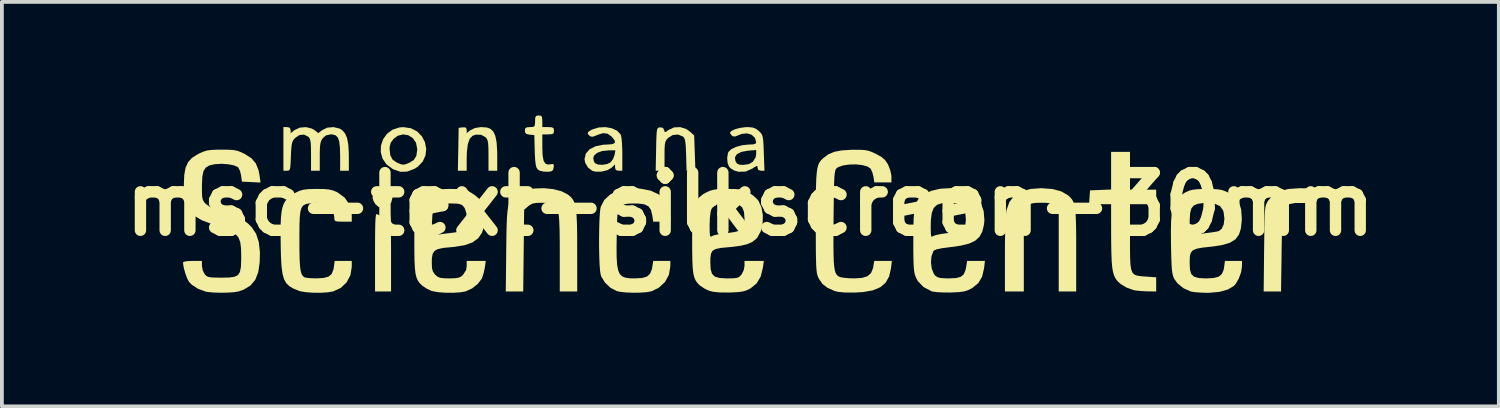
<source format=kicad_pcb>
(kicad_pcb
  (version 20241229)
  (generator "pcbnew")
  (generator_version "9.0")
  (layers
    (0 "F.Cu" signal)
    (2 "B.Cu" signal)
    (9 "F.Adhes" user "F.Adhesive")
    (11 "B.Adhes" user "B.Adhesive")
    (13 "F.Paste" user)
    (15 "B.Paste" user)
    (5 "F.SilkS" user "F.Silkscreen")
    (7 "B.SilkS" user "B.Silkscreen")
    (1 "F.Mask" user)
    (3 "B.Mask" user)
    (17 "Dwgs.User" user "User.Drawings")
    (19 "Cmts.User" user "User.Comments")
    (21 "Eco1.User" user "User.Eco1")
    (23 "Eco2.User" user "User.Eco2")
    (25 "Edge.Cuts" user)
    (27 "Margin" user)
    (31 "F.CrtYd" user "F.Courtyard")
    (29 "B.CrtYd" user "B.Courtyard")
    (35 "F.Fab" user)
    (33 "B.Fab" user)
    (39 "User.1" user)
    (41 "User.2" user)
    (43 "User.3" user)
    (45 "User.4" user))
  (footprint "msc-text-silkscreen-30mm"
    (layer "F.Cu")
    (at 16.771 2.344)
    (property "Reference" "msc-text-silkscreen-30mm" (at 0 0 0) (layer "F.SilkS") (effects (font (size 1.524 1.524) (thickness 0.3))))
    (attr board_only exclude_from_pos_files exclude_from_bom)
    (fp_poly (pts (xy -9.591 -0.398) (xy -9.502 -0.327) (xy -9.456 -0.213) (xy -9.453 -0.173) (xy -9.486 -0.045) (xy -9.57 0.048) (xy -9.686 0.092) (xy -9.813 0.075) (xy -9.825 0.069) (xy -9.9 0.005) (xy -9.955 -0.084) (xy -9.981 -0.174) (xy -9.962 -0.246) (xy -9.926 -0.3) (xy -9.822 -0.39) (xy -9.704 -0.421)) (stroke (width 0) (type solid)) (fill yes) (layer "F.SilkS"))
    (fp_poly (pts (xy -9.868 0.261) (xy -9.789 0.297) (xy -9.678 0.305) (xy -9.576 0.285) (xy -9.537 0.261) (xy -9.523 0.263) (xy -9.512 0.305) (xy -9.504 0.393) (xy -9.498 0.534) (xy -9.494 0.734) (xy -9.492 0.999) (xy -9.491 1.26) (xy -9.491 2.306) (xy -9.914 2.306) (xy -9.914 1.26) (xy -9.913 0.939) (xy -9.911 0.688) (xy -9.907 0.5) (xy -9.9 0.371) (xy -9.891 0.293) (xy -9.879 0.26)) (stroke (width 0) (type solid)) (fill yes) (layer "F.SilkS"))
    (fp_poly (pts (xy -6.962 -2.026) (xy -6.873 -1.995) (xy -6.793 -1.924) (xy -6.737 -1.806) (xy -6.702 -1.631) (xy -6.687 -1.392) (xy -6.686 -1.289) (xy -6.686 -0.884) (xy -6.917 -0.884) (xy -6.917 -1.287) (xy -6.919 -1.473) (xy -6.925 -1.599) (xy -6.94 -1.68) (xy -6.965 -1.734) (xy -6.994 -1.768) (xy -7.108 -1.832) (xy -7.245 -1.838) (xy -7.338 -1.807) (xy -7.412 -1.73) (xy -7.462 -1.59) (xy -7.488 -1.383) (xy -7.493 -1.205) (xy -7.493 -0.884) (xy -7.726 -0.884) (xy -7.715 -1.451) (xy -7.705 -2.017) (xy -7.599 -2.03) (xy -7.521 -2.027) (xy -7.495 -1.986) (xy -7.493 -1.96) (xy -7.493 -1.877) (xy -7.392 -1.957) (xy -7.272 -2.013) (xy -7.116 -2.037)) (stroke (width 0) (type solid)) (fill yes) (layer "F.SilkS"))
    (fp_poly (pts (xy -1.692 -1.985) (xy -1.607 -1.927) (xy -1.484 -1.816) (xy -1.467 -1.35) (xy -1.451 -0.884) (xy -1.684 -0.884) (xy -1.697 -1.31) (xy -1.704 -1.501) (xy -1.715 -1.63) (xy -1.731 -1.712) (xy -1.755 -1.762) (xy -1.785 -1.79) (xy -1.914 -1.841) (xy -2.052 -1.826) (xy -2.173 -1.75) (xy -2.216 -1.701) (xy -2.244 -1.647) (xy -2.259 -1.571) (xy -2.266 -1.453) (xy -2.267 -1.277) (xy -2.267 -1.27) (xy -2.267 -0.884) (xy -2.5 -0.884) (xy -2.489 -1.451) (xy -2.485 -1.67) (xy -2.479 -1.824) (xy -2.471 -1.925) (xy -2.459 -1.984) (xy -2.439 -2.014) (xy -2.41 -2.027) (xy -2.389 -2.03) (xy -2.311 -2.018) (xy -2.279 -1.963) (xy -2.262 -1.911) (xy -2.233 -1.908) (xy -2.171 -1.953) (xy -2.162 -1.96) (xy -2.018 -2.028) (xy -1.853 -2.036)) (stroke (width 0) (type solid)) (fill yes) (layer "F.SilkS"))
    (fp_poly (pts (xy 10.029 -0.384) (xy 10.721 -0.384) (xy 10.721 0) (xy 10.029 0) (xy 10.029 0.878) (xy 10.029 1.181) (xy 10.032 1.417) (xy 10.041 1.593) (xy 10.06 1.719) (xy 10.092 1.804) (xy 10.142 1.857) (xy 10.212 1.886) (xy 10.306 1.901) (xy 10.429 1.911) (xy 10.451 1.912) (xy 10.721 1.932) (xy 10.721 2.306) (xy 10.481 2.302) (xy 10.331 2.295) (xy 10.196 2.282) (xy 10.125 2.27) (xy 9.944 2.205) (xy 9.784 2.11) (xy 9.709 2.043) (xy 9.654 1.974) (xy 9.612 1.893) (xy 9.581 1.792) (xy 9.558 1.659) (xy 9.544 1.484) (xy 9.536 1.257) (xy 9.532 0.968) (xy 9.531 0.836) (xy 9.53 0) (xy 8.949 0) (xy 8.961 -0.183) (xy 8.973 -0.365) (xy 9.53 -0.388) (xy 9.53 -1.383) (xy 10.029 -1.383)) (stroke (width 0) (type solid)) (fill yes) (layer "F.SilkS"))
    (fp_poly (pts (xy 7.977 -0.401) (xy 8.214 -0.338) (xy 8.392 -0.235) (xy 8.41 -0.22) (xy 8.464 -0.165) (xy 8.508 -0.109) (xy 8.542 -0.04) (xy 8.567 0.05) (xy 8.585 0.169) (xy 8.596 0.327) (xy 8.603 0.533) (xy 8.607 0.796) (xy 8.608 1.124) (xy 8.608 1.209) (xy 8.608 2.306) (xy 8.146 2.306) (xy 8.146 0.15) (xy 8.052 0.056) (xy 7.992 0.005) (xy 7.922 -0.023) (xy 7.82 -0.036) (xy 7.685 -0.038) (xy 7.535 -0.035) (xy 7.439 -0.021) (xy 7.371 0.01) (xy 7.319 0.056) (xy 7.224 0.15) (xy 7.224 2.306) (xy 6.725 2.306) (xy 6.725 1.328) (xy 6.726 1.025) (xy 6.731 0.749) (xy 6.739 0.51) (xy 6.749 0.319) (xy 6.761 0.189) (xy 6.767 0.153) (xy 6.844 -0.06) (xy 6.973 -0.223) (xy 7.158 -0.336) (xy 7.4 -0.402) (xy 7.687 -0.423)) (stroke (width 0) (type solid)) (fill yes) (layer "F.SilkS"))
    (fp_poly (pts (xy 14.718 -0.42) (xy 14.863 -0.411) (xy 14.953 -0.392) (xy 14.999 -0.359) (xy 15.012 -0.309) (xy 15.005 -0.254) (xy 14.98 -0.136) (xy 14.954 -0.065) (xy 14.907 -0.03) (xy 14.824 -0.021) (xy 14.685 -0.028) (xy 14.641 -0.031) (xy 14.395 -0.031) (xy 14.218 0.001) (xy 14.108 0.066) (xy 14.078 0.109) (xy 14.07 0.163) (xy 14.062 0.283) (xy 14.053 0.459) (xy 14.046 0.681) (xy 14.039 0.936) (xy 14.034 1.216) (xy 14.034 1.239) (xy 14.019 2.306) (xy 13.56 2.306) (xy 13.572 1.182) (xy 13.576 0.858) (xy 13.579 0.602) (xy 13.584 0.405) (xy 13.589 0.256) (xy 13.598 0.147) (xy 13.609 0.068) (xy 13.624 0.01) (xy 13.644 -0.036) (xy 13.669 -0.08) (xy 13.676 -0.091) (xy 13.805 -0.239) (xy 13.981 -0.342) (xy 14.211 -0.402) (xy 14.502 -0.422) (xy 14.506 -0.422)) (stroke (width 0) (type solid)) (fill yes) (layer "F.SilkS"))
    (fp_poly (pts (xy -8.963 -2.005) (xy -8.799 -1.919) (xy -8.675 -1.791) (xy -8.595 -1.636) (xy -8.562 -1.465) (xy -8.58 -1.292) (xy -8.652 -1.13) (xy -8.782 -0.992) (xy -8.878 -0.932) (xy -9.068 -0.861) (xy -9.243 -0.856) (xy -9.426 -0.919) (xy -9.452 -0.933) (xy -9.615 -1.055) (xy -9.717 -1.207) (xy -9.763 -1.377) (xy -9.76 -1.461) (xy -9.53 -1.461) (xy -9.511 -1.293) (xy -9.45 -1.177) (xy -9.337 -1.099) (xy -9.325 -1.094) (xy -9.226 -1.053) (xy -9.157 -1.044) (xy -9.081 -1.064) (xy -9.013 -1.092) (xy -8.891 -1.166) (xy -8.824 -1.274) (xy -8.8 -1.432) (xy -8.8 -1.461) (xy -8.831 -1.622) (xy -8.914 -1.744) (xy -9.033 -1.821) (xy -9.171 -1.844) (xy -9.314 -1.808) (xy -9.417 -1.732) (xy -9.498 -1.628) (xy -9.528 -1.511) (xy -9.53 -1.461) (xy -9.76 -1.461) (xy -9.757 -1.551) (xy -9.7 -1.717) (xy -9.598 -1.86) (xy -9.453 -1.968) (xy -9.268 -2.028) (xy -9.165 -2.036)) (stroke (width 0) (type solid)) (fill yes) (layer "F.SilkS"))
    (fp_poly (pts (xy -5.206 -0.398) (xy -4.987 -0.341) (xy -4.83 -0.261) (xy -4.761 -0.207) (xy -4.705 -0.148) (xy -4.662 -0.076) (xy -4.629 0.018) (xy -4.606 0.143) (xy -4.59 0.307) (xy -4.58 0.52) (xy -4.575 0.79) (xy -4.574 1.126) (xy -4.574 1.22) (xy -4.573 2.306) (xy -5.034 2.306) (xy -5.034 1.293) (xy -5.035 0.949) (xy -5.039 0.674) (xy -5.047 0.459) (xy -5.06 0.297) (xy -5.078 0.178) (xy -5.103 0.096) (xy -5.136 0.041) (xy -5.178 0.005) (xy -5.189 -0.001) (xy -5.263 -0.021) (xy -5.386 -0.034) (xy -5.51 -0.038) (xy -5.659 -0.033) (xy -5.758 -0.014) (xy -5.835 0.028) (xy -5.868 0.054) (xy -5.975 0.147) (xy -6 2.306) (xy -6.46 2.306) (xy -6.448 1.201) (xy -6.444 0.848) (xy -6.438 0.563) (xy -6.428 0.337) (xy -6.413 0.163) (xy -6.39 0.03) (xy -6.358 -0.069) (xy -6.315 -0.144) (xy -6.258 -0.203) (xy -6.187 -0.255) (xy -6.118 -0.297) (xy -5.93 -0.373) (xy -5.7 -0.415) (xy -5.451 -0.423)) (stroke (width 0) (type solid)) (fill yes) (layer "F.SilkS"))
    (fp_poly (pts (xy -5.529 -2.336) (xy -5.502 -2.296) (xy -5.495 -2.204) (xy -5.495 -2.19) (xy -5.495 -2.037) (xy -5.341 -2.037) (xy -5.242 -2.031) (xy -5.198 -2.007) (xy -5.188 -1.949) (xy -5.188 -1.941) (xy -5.196 -1.879) (xy -5.236 -1.851) (xy -5.328 -1.845) (xy -5.341 -1.844) (xy -5.495 -1.844) (xy -5.495 -1.501) (xy -5.488 -1.294) (xy -5.463 -1.154) (xy -5.417 -1.074) (xy -5.347 -1.047) (xy -5.275 -1.055) (xy -5.21 -1.063) (xy -5.191 -1.027) (xy -5.195 -0.972) (xy -5.214 -0.898) (xy -5.266 -0.866) (xy -5.341 -0.857) (xy -5.46 -0.861) (xy -5.559 -0.883) (xy -5.561 -0.884) (xy -5.611 -0.913) (xy -5.646 -0.961) (xy -5.669 -1.042) (xy -5.684 -1.167) (xy -5.694 -1.351) (xy -5.697 -1.46) (xy -5.706 -1.825) (xy -5.831 -1.837) (xy -5.919 -1.856) (xy -5.953 -1.901) (xy -5.956 -1.943) (xy -5.946 -2.006) (xy -5.899 -2.032) (xy -5.822 -2.037) (xy -5.736 -2.041) (xy -5.697 -2.07) (xy -5.687 -2.145) (xy -5.687 -2.19) (xy -5.682 -2.289) (xy -5.657 -2.333) (xy -5.599 -2.344) (xy -5.591 -2.344)) (stroke (width 0) (type solid)) (fill yes) (layer "F.SilkS"))
    (fp_poly (pts (xy -12.164 -2.019) (xy -12.143 -1.957) (xy -12.143 -1.877) (xy -12.042 -1.957) (xy -11.903 -2.022) (xy -11.74 -2.036) (xy -11.584 -1.998) (xy -11.514 -1.957) (xy -11.413 -1.877) (xy -11.311 -1.957) (xy -11.174 -2.022) (xy -11.011 -2.036) (xy -10.856 -2) (xy -10.785 -1.958) (xy -10.708 -1.872) (xy -10.654 -1.75) (xy -10.621 -1.58) (xy -10.607 -1.35) (xy -10.606 -1.239) (xy -10.606 -0.884) (xy -10.836 -0.884) (xy -10.836 -1.279) (xy -10.842 -1.503) (xy -10.861 -1.661) (xy -10.898 -1.763) (xy -10.958 -1.821) (xy -11.045 -1.843) (xy -11.085 -1.844) (xy -11.209 -1.819) (xy -11.295 -1.743) (xy -11.332 -1.685) (xy -11.356 -1.614) (xy -11.369 -1.511) (xy -11.374 -1.359) (xy -11.374 -1.263) (xy -11.374 -0.884) (xy -11.605 -0.884) (xy -11.605 -1.301) (xy -11.607 -1.491) (xy -11.613 -1.62) (xy -11.628 -1.702) (xy -11.651 -1.754) (xy -11.675 -1.781) (xy -11.789 -1.838) (xy -11.913 -1.826) (xy -12.03 -1.746) (xy -12.03 -1.745) (xy -12.074 -1.691) (xy -12.103 -1.629) (xy -12.12 -1.541) (xy -12.131 -1.407) (xy -12.137 -1.265) (xy -12.144 -1.091) (xy -12.152 -0.981) (xy -12.166 -0.919) (xy -12.189 -0.891) (xy -12.226 -0.884) (xy -12.242 -0.884) (xy -12.335 -0.884) (xy -12.335 -2.037) (xy -12.239 -2.037)) (stroke (width 0) (type solid)) (fill yes) (layer "F.SilkS"))
    (fp_poly (pts (xy -3.659 -2.006) (xy -3.52 -1.941) (xy -3.43 -1.846) (xy -3.418 -1.821) (xy -3.403 -1.743) (xy -3.391 -1.61) (xy -3.383 -1.44) (xy -3.382 -1.304) (xy -3.382 -0.884) (xy -3.478 -0.884) (xy -3.552 -0.901) (xy -3.574 -0.963) (xy -3.574 -0.967) (xy -3.574 -1.051) (xy -3.667 -0.963) (xy -3.783 -0.896) (xy -3.935 -0.86) (xy -4.089 -0.859) (xy -4.175 -0.881) (xy -4.286 -0.965) (xy -4.361 -1.09) (xy -4.381 -1.191) (xy -4.374 -1.217) (xy -4.15 -1.217) (xy -4.131 -1.127) (xy -4.104 -1.084) (xy -4.022 -1.047) (xy -3.903 -1.04) (xy -3.781 -1.061) (xy -3.693 -1.105) (xy -3.628 -1.191) (xy -3.588 -1.297) (xy -3.564 -1.422) (xy -3.744 -1.422) (xy -3.916 -1.404) (xy -4.049 -1.355) (xy -4.131 -1.281) (xy -4.15 -1.217) (xy -4.374 -1.217) (xy -4.346 -1.336) (xy -4.246 -1.451) (xy -4.088 -1.531) (xy -3.882 -1.572) (xy -3.786 -1.575) (xy -3.646 -1.586) (xy -3.579 -1.619) (xy -3.581 -1.68) (xy -3.652 -1.772) (xy -3.668 -1.789) (xy -3.773 -1.863) (xy -3.89 -1.877) (xy -4.036 -1.831) (xy -4.058 -1.821) (xy -4.155 -1.783) (xy -4.217 -1.787) (xy -4.246 -1.806) (xy -4.296 -1.861) (xy -4.285 -1.907) (xy -4.208 -1.958) (xy -4.173 -1.975) (xy -4.005 -2.027) (xy -3.827 -2.036)) (stroke (width 0) (type solid)) (fill yes) (layer "F.SilkS"))
    (fp_poly (pts (xy 0.056 -2.027) (xy 0.151 -1.991) (xy 0.227 -1.931) (xy 0.274 -1.884) (xy 0.306 -1.837) (xy 0.327 -1.774) (xy 0.34 -1.681) (xy 0.349 -1.541) (xy 0.356 -1.355) (xy 0.373 -0.884) (xy 0.283 -0.884) (xy 0.21 -0.904) (xy 0.192 -0.96) (xy 0.187 -1.003) (xy 0.162 -1.008) (xy 0.099 -0.972) (xy 0.052 -0.94) (xy -0.127 -0.861) (xy -0.316 -0.857) (xy -0.419 -0.887) (xy -0.512 -0.942) (xy -0.562 -0.991) (xy -0.601 -1.09) (xy -0.612 -1.222) (xy -0.61 -1.235) (xy -0.408 -1.235) (xy -0.392 -1.135) (xy -0.35 -1.071) (xy -0.283 -1.043) (xy -0.186 -1.038) (xy -0.034 -1.06) (xy 0.065 -1.121) (xy 0.138 -1.233) (xy 0.154 -1.318) (xy 0.154 -1.431) (xy -0.06 -1.414) (xy -0.239 -1.381) (xy -0.356 -1.32) (xy -0.408 -1.235) (xy -0.61 -1.235) (xy -0.592 -1.346) (xy -0.578 -1.381) (xy -0.503 -1.453) (xy -0.375 -1.514) (xy -0.215 -1.558) (xy -0.046 -1.575) (xy -0.038 -1.575) (xy 0.082 -1.581) (xy 0.14 -1.602) (xy 0.154 -1.636) (xy 0.121 -1.753) (xy 0.035 -1.834) (xy -0.087 -1.871) (xy -0.229 -1.857) (xy -0.306 -1.826) (xy -0.4 -1.788) (xy -0.462 -1.794) (xy -0.483 -1.808) (xy -0.53 -1.864) (xy -0.538 -1.89) (xy -0.503 -1.933) (xy -0.413 -1.977) (xy -0.288 -2.012) (xy -0.149 -2.033) (xy -0.079 -2.037)) (stroke (width 0) (type solid)) (fill yes) (layer "F.SilkS"))
    (fp_poly (pts (xy -2.914 -0.411) (xy -2.64 -0.36) (xy -2.42 -0.259) (xy -2.256 -0.112) (xy -2.153 0.079) (xy -2.114 0.309) (xy -2.113 0.332) (xy -2.113 0.461) (xy -2.566 0.461) (xy -2.591 0.293) (xy -2.626 0.151) (xy -2.689 0.058) (xy -2.794 0.005) (xy -2.953 -0.017) (xy -3.058 -0.019) (xy -3.212 -0.016) (xy -3.312 -0.002) (xy -3.379 0.027) (xy -3.429 0.068) (xy -3.46 0.104) (xy -3.484 0.146) (xy -3.5 0.207) (xy -3.512 0.298) (xy -3.519 0.432) (xy -3.525 0.622) (xy -3.529 0.815) (xy -3.534 1.141) (xy -3.532 1.399) (xy -3.519 1.597) (xy -3.493 1.742) (xy -3.45 1.842) (xy -3.387 1.906) (xy -3.3 1.941) (xy -3.187 1.957) (xy -3.055 1.96) (xy -2.864 1.95) (xy -2.734 1.913) (xy -2.652 1.842) (xy -2.604 1.726) (xy -2.589 1.653) (xy -2.565 1.499) (xy -2.113 1.499) (xy -2.114 1.643) (xy -2.151 1.865) (xy -2.255 2.056) (xy -2.419 2.207) (xy -2.609 2.3) (xy -2.726 2.323) (xy -2.894 2.336) (xy -3.086 2.339) (xy -3.276 2.332) (xy -3.439 2.315) (xy -3.53 2.295) (xy -3.694 2.209) (xy -3.837 2.074) (xy -3.936 1.915) (xy -3.953 1.863) (xy -3.969 1.763) (xy -3.982 1.603) (xy -3.99 1.399) (xy -3.995 1.166) (xy -3.996 0.92) (xy -3.993 0.678) (xy -3.987 0.454) (xy -3.977 0.265) (xy -3.963 0.127) (xy -3.951 0.07) (xy -3.859 -0.111) (xy -3.705 -0.254) (xy -3.498 -0.354) (xy -3.243 -0.408) (xy -2.95 -0.413)) (stroke (width 0) (type solid)) (fill yes) (layer "F.SilkS"))
    (fp_poly (pts (xy -11.266 -0.401) (xy -11.134 -0.389) (xy -11.031 -0.365) (xy -10.932 -0.325) (xy -10.896 -0.306) (xy -10.716 -0.173) (xy -10.592 0.007) (xy -10.533 0.22) (xy -10.529 0.294) (xy -10.529 0.461) (xy -10.759 0.461) (xy -10.887 0.46) (xy -10.956 0.449) (xy -10.984 0.42) (xy -10.99 0.365) (xy -10.99 0.348) (xy -11.018 0.179) (xy -11.102 0.059) (xy -11.244 -0.011) (xy -11.446 -0.035) (xy -11.558 -0.03) (xy -11.668 -0.018) (xy -11.752 0.001) (xy -11.814 0.037) (xy -11.858 0.1) (xy -11.886 0.198) (xy -11.902 0.341) (xy -11.91 0.539) (xy -11.912 0.799) (xy -11.912 0.948) (xy -11.911 1.24) (xy -11.906 1.465) (xy -11.896 1.633) (xy -11.88 1.754) (xy -11.857 1.837) (xy -11.824 1.893) (xy -11.782 1.93) (xy -11.724 1.944) (xy -11.613 1.955) (xy -11.473 1.959) (xy -11.465 1.959) (xy -11.271 1.949) (xy -11.14 1.912) (xy -11.058 1.84) (xy -11.013 1.724) (xy -11.002 1.662) (xy -10.98 1.499) (xy -10.529 1.499) (xy -10.529 1.654) (xy -10.564 1.875) (xy -10.665 2.066) (xy -10.821 2.213) (xy -11.02 2.304) (xy -11.163 2.328) (xy -11.349 2.34) (xy -11.55 2.339) (xy -11.739 2.325) (xy -11.888 2.3) (xy -11.922 2.289) (xy -12.065 2.232) (xy -12.177 2.167) (xy -12.26 2.085) (xy -12.32 1.976) (xy -12.36 1.829) (xy -12.385 1.634) (xy -12.399 1.38) (xy -12.405 1.134) (xy -12.409 0.808) (xy -12.408 0.55) (xy -12.399 0.347) (xy -12.382 0.191) (xy -12.355 0.071) (xy -12.319 -0.024) (xy -12.284 -0.085) (xy -12.2 -0.176) (xy -12.079 -0.267) (xy -12.008 -0.307) (xy -11.903 -0.355) (xy -11.8 -0.384) (xy -11.677 -0.398) (xy -11.508 -0.403) (xy -11.45 -0.403)) (stroke (width 0) (type solid)) (fill yes) (layer "F.SilkS"))
    (fp_poly (pts (xy 2.892 -1.437) (xy 3.023 -1.43) (xy 3.125 -1.41) (xy 3.222 -1.374) (xy 3.324 -1.326) (xy 3.466 -1.246) (xy 3.558 -1.167) (xy 3.627 -1.066) (xy 3.641 -1.039) (xy 3.694 -0.904) (xy 3.724 -0.767) (xy 3.727 -0.722) (xy 3.727 -0.576) (xy 3.276 -0.576) (xy 3.253 -0.722) (xy 3.224 -0.837) (xy 3.183 -0.929) (xy 3.178 -0.938) (xy 3.095 -0.995) (xy 2.959 -1.033) (xy 2.793 -1.051) (xy 2.618 -1.048) (xy 2.455 -1.025) (xy 2.326 -0.982) (xy 2.274 -0.945) (xy 2.256 -0.921) (xy 2.242 -0.881) (xy 2.23 -0.818) (xy 2.221 -0.724) (xy 2.214 -0.59) (xy 2.209 -0.409) (xy 2.205 -0.174) (xy 2.201 0.125) (xy 2.198 0.393) (xy 2.196 0.768) (xy 2.195 1.074) (xy 2.198 1.318) (xy 2.204 1.507) (xy 2.216 1.65) (xy 2.233 1.753) (xy 2.257 1.825) (xy 2.288 1.873) (xy 2.327 1.904) (xy 2.372 1.925) (xy 2.456 1.942) (xy 2.589 1.955) (xy 2.741 1.96) (xy 2.745 1.96) (xy 2.95 1.947) (xy 3.094 1.903) (xy 3.186 1.822) (xy 3.238 1.698) (xy 3.247 1.652) (xy 3.273 1.499) (xy 3.738 1.499) (xy 3.715 1.693) (xy 3.667 1.906) (xy 3.576 2.071) (xy 3.435 2.193) (xy 3.238 2.275) (xy 2.981 2.321) (xy 2.767 2.334) (xy 2.51 2.334) (xy 2.323 2.317) (xy 2.219 2.291) (xy 2.035 2.207) (xy 1.906 2.107) (xy 1.813 1.973) (xy 1.807 1.961) (xy 1.786 1.917) (xy 1.769 1.868) (xy 1.756 1.807) (xy 1.747 1.725) (xy 1.739 1.613) (xy 1.735 1.464) (xy 1.731 1.268) (xy 1.73 1.018) (xy 1.729 0.704) (xy 1.729 0.461) (xy 1.73 0.082) (xy 1.731 -0.229) (xy 1.735 -0.479) (xy 1.742 -0.677) (xy 1.754 -0.829) (xy 1.77 -0.945) (xy 1.793 -1.031) (xy 1.822 -1.097) (xy 1.86 -1.151) (xy 1.906 -1.199) (xy 1.927 -1.218) (xy 2.06 -1.317) (xy 2.219 -1.384) (xy 2.418 -1.422) (xy 2.674 -1.437) (xy 2.709 -1.438)) (stroke (width 0) (type solid)) (fill yes) (layer "F.SilkS"))
    (fp_poly (pts (xy 5.52 -0.397) (xy 5.746 -0.331) (xy 5.929 -0.227) (xy 5.963 -0.197) (xy 6.089 -0.028) (xy 6.164 0.185) (xy 6.183 0.427) (xy 6.172 0.539) (xy 6.129 0.719) (xy 6.055 0.859) (xy 5.941 0.964) (xy 5.778 1.041) (xy 5.556 1.096) (xy 5.29 1.133) (xy 5.067 1.162) (xy 4.919 1.193) (xy 4.845 1.225) (xy 4.839 1.232) (xy 4.786 1.371) (xy 4.771 1.537) (xy 4.793 1.704) (xy 4.848 1.841) (xy 4.882 1.885) (xy 4.938 1.925) (xy 5.017 1.949) (xy 5.14 1.958) (xy 5.245 1.96) (xy 5.433 1.951) (xy 5.559 1.918) (xy 5.638 1.851) (xy 5.684 1.741) (xy 5.701 1.658) (xy 5.726 1.499) (xy 6.197 1.499) (xy 6.174 1.694) (xy 6.122 1.916) (xy 6.022 2.084) (xy 5.864 2.213) (xy 5.839 2.228) (xy 5.745 2.274) (xy 5.648 2.304) (xy 5.526 2.321) (xy 5.358 2.33) (xy 5.284 2.333) (xy 5.102 2.332) (xy 4.94 2.324) (xy 4.82 2.309) (xy 4.784 2.299) (xy 4.573 2.187) (xy 4.424 2.03) (xy 4.377 1.944) (xy 4.353 1.883) (xy 4.335 1.812) (xy 4.322 1.719) (xy 4.313 1.594) (xy 4.308 1.425) (xy 4.305 1.199) (xy 4.305 0.963) (xy 4.306 0.648) (xy 4.308 0.587) (xy 4.765 0.587) (xy 4.767 0.738) (xy 4.773 0.824) (xy 4.788 0.859) (xy 4.813 0.853) (xy 4.823 0.845) (xy 4.886 0.82) (xy 5.004 0.793) (xy 5.155 0.77) (xy 5.216 0.763) (xy 5.416 0.737) (xy 5.552 0.7) (xy 5.635 0.643) (xy 5.678 0.556) (xy 5.692 0.43) (xy 5.693 0.395) (xy 5.676 0.206) (xy 5.618 0.077) (xy 5.509 -0.001) (xy 5.343 -0.035) (xy 5.248 -0.038) (xy 5.066 -0.027) (xy 4.934 0.015) (xy 4.846 0.097) (xy 4.793 0.228) (xy 4.769 0.418) (xy 4.765 0.587) (xy 4.308 0.587) (xy 4.313 0.4) (xy 4.327 0.208) (xy 4.351 0.062) (xy 4.387 -0.048) (xy 4.438 -0.132) (xy 4.506 -0.201) (xy 4.582 -0.257) (xy 4.782 -0.354) (xy 5.018 -0.409) (xy 5.271 -0.423)) (stroke (width 0) (type solid)) (fill yes) (layer "F.SilkS"))
    (fp_poly (pts (xy 12.235 -0.4) (xy 12.369 -0.391) (xy 12.472 -0.37) (xy 12.566 -0.334) (xy 12.624 -0.306) (xy 12.791 -0.195) (xy 12.903 -0.052) (xy 12.965 0.133) (xy 12.982 0.371) (xy 12.981 0.43) (xy 12.958 0.643) (xy 12.906 0.806) (xy 12.813 0.929) (xy 12.673 1.016) (xy 12.475 1.077) (xy 12.212 1.118) (xy 12.152 1.124) (xy 11.937 1.148) (xy 11.788 1.176) (xy 11.691 1.217) (xy 11.636 1.28) (xy 11.611 1.373) (xy 11.605 1.507) (xy 11.605 1.543) (xy 11.613 1.724) (xy 11.647 1.844) (xy 11.719 1.915) (xy 11.84 1.95) (xy 12.024 1.96) (xy 12.042 1.96) (xy 12.238 1.95) (xy 12.372 1.914) (xy 12.455 1.846) (xy 12.502 1.736) (xy 12.515 1.662) (xy 12.537 1.499) (xy 12.988 1.499) (xy 12.987 1.643) (xy 12.963 1.8) (xy 12.902 1.966) (xy 12.819 2.108) (xy 12.771 2.16) (xy 12.614 2.254) (xy 12.396 2.315) (xy 12.128 2.34) (xy 12.052 2.341) (xy 11.89 2.335) (xy 11.745 2.324) (xy 11.646 2.309) (xy 11.634 2.306) (xy 11.441 2.219) (xy 11.284 2.092) (xy 11.196 1.969) (xy 11.171 1.909) (xy 11.152 1.835) (xy 11.137 1.736) (xy 11.127 1.6) (xy 11.12 1.416) (xy 11.114 1.171) (xy 11.112 1.052) (xy 11.109 0.716) (xy 11.114 0.508) (xy 11.605 0.508) (xy 11.606 0.671) (xy 11.612 0.771) (xy 11.625 0.821) (xy 11.648 0.833) (xy 11.672 0.826) (xy 11.742 0.809) (xy 11.864 0.787) (xy 12.011 0.767) (xy 12.021 0.766) (xy 12.169 0.747) (xy 12.293 0.728) (xy 12.368 0.712) (xy 12.371 0.712) (xy 12.453 0.648) (xy 12.505 0.532) (xy 12.523 0.383) (xy 12.503 0.219) (xy 12.486 0.161) (xy 12.408 0.052) (xy 12.269 -0.013) (xy 12.069 -0.035) (xy 11.959 -0.03) (xy 11.814 -0.009) (xy 11.714 0.034) (xy 11.651 0.11) (xy 11.618 0.233) (xy 11.606 0.414) (xy 11.605 0.508) (xy 11.114 0.508) (xy 11.115 0.446) (xy 11.132 0.234) (xy 11.163 0.07) (xy 11.21 -0.056) (xy 11.277 -0.155) (xy 11.366 -0.234) (xy 11.48 -0.305) (xy 11.503 -0.317) (xy 11.593 -0.358) (xy 11.692 -0.383) (xy 11.819 -0.397) (xy 11.996 -0.402) (xy 12.048 -0.402)) (stroke (width 0) (type solid)) (fill yes) (layer "F.SilkS"))
    (fp_poly (pts (xy -13.781 -1.439) (xy -13.65 -1.43) (xy -13.548 -1.41) (xy -13.452 -1.373) (xy -13.354 -1.326) (xy -13.178 -1.213) (xy -13.062 -1.076) (xy -12.991 -0.897) (xy -12.964 -0.755) (xy -12.939 -0.572) (xy -13.184 -0.584) (xy -13.43 -0.596) (xy -13.453 -0.764) (xy -13.482 -0.883) (xy -13.527 -0.968) (xy -13.542 -0.982) (xy -13.643 -1.026) (xy -13.794 -1.055) (xy -13.967 -1.067) (xy -14.137 -1.058) (xy -14.157 -1.055) (xy -14.291 -1.024) (xy -14.384 -0.968) (xy -14.444 -0.877) (xy -14.475 -0.737) (xy -14.486 -0.536) (xy -14.487 -0.472) (xy -14.486 -0.301) (xy -14.479 -0.188) (xy -14.462 -0.113) (xy -14.431 -0.058) (xy -14.381 -0.004) (xy -14.379 -0.002) (xy -14.259 0.082) (xy -14.065 0.165) (xy -13.928 0.211) (xy -13.69 0.288) (xy -13.512 0.358) (xy -13.375 0.431) (xy -13.264 0.516) (xy -13.172 0.608) (xy -13.056 0.781) (xy -12.985 0.999) (xy -12.955 1.269) (xy -12.96 1.526) (xy -12.998 1.791) (xy -13.077 1.996) (xy -13.205 2.149) (xy -13.385 2.258) (xy -13.522 2.305) (xy -13.642 2.325) (xy -13.811 2.336) (xy -14.001 2.339) (xy -14.186 2.333) (xy -14.339 2.318) (xy -14.391 2.308) (xy -14.586 2.237) (xy -14.751 2.131) (xy -14.826 2.055) (xy -14.876 1.963) (xy -14.926 1.828) (xy -14.966 1.682) (xy -14.986 1.556) (xy -14.986 1.535) (xy -14.951 1.517) (xy -14.86 1.503) (xy -14.737 1.499) (xy -14.487 1.499) (xy -14.487 1.629) (xy -14.465 1.749) (xy -14.413 1.85) (xy -14.373 1.892) (xy -14.325 1.919) (xy -14.25 1.933) (xy -14.132 1.939) (xy -13.968 1.941) (xy -13.769 1.937) (xy -13.628 1.918) (xy -13.536 1.873) (xy -13.483 1.791) (xy -13.457 1.659) (xy -13.45 1.467) (xy -13.449 1.365) (xy -13.454 1.162) (xy -13.474 1.005) (xy -13.519 0.885) (xy -13.598 0.789) (xy -13.721 0.709) (xy -13.898 0.634) (xy -14.137 0.554) (xy -14.208 0.531) (xy -14.487 0.425) (xy -14.696 0.301) (xy -14.84 0.155) (xy -14.917 0.007) (xy -14.94 -0.1) (xy -14.956 -0.261) (xy -14.964 -0.452) (xy -14.964 -0.52) (xy -14.954 -0.772) (xy -14.919 -0.964) (xy -14.853 -1.11) (xy -14.75 -1.223) (xy -14.603 -1.317) (xy -14.566 -1.336) (xy -14.456 -1.386) (xy -14.357 -1.417) (xy -14.244 -1.433) (xy -14.094 -1.44) (xy -13.965 -1.441)) (stroke (width 0) (type solid)) (fill yes) (layer "F.SilkS"))
    (fp_poly (pts (xy -0.411 -0.401) (xy -0.28 -0.392) (xy -0.183 -0.372) (xy -0.097 -0.338) (xy -0.04 -0.307) (xy 0.081 -0.224) (xy 0.186 -0.125) (xy 0.216 -0.086) (xy 0.296 0.089) (xy 0.331 0.296) (xy 0.324 0.512) (xy 0.276 0.713) (xy 0.188 0.877) (xy 0.154 0.916) (xy 0.054 0.995) (xy -0.075 1.054) (xy -0.245 1.096) (xy -0.473 1.127) (xy -0.586 1.137) (xy -0.783 1.156) (xy -0.916 1.183) (xy -0.997 1.229) (xy -1.039 1.304) (xy -1.055 1.42) (xy -1.057 1.537) (xy -1.048 1.717) (xy -1.013 1.837) (xy -0.941 1.911) (xy -0.82 1.948) (xy -0.636 1.96) (xy -0.594 1.96) (xy -0.446 1.957) (xy -0.352 1.946) (xy -0.293 1.92) (xy -0.245 1.872) (xy -0.233 1.859) (xy -0.174 1.741) (xy -0.154 1.628) (xy -0.154 1.499) (xy 0.356 1.499) (xy 0.331 1.679) (xy 0.273 1.913) (xy 0.166 2.092) (xy 0.007 2.222) (xy -0.003 2.228) (xy -0.097 2.274) (xy -0.193 2.304) (xy -0.314 2.321) (xy -0.483 2.331) (xy -0.557 2.333) (xy -0.795 2.332) (xy -0.971 2.316) (xy -1.093 2.285) (xy -1.216 2.226) (xy -1.324 2.154) (xy -1.339 2.142) (xy -1.4 2.079) (xy -1.447 2.012) (xy -1.482 1.93) (xy -1.507 1.822) (xy -1.523 1.677) (xy -1.532 1.486) (xy -1.536 1.238) (xy -1.537 0.97) (xy -1.537 0.693) (xy -1.536 0.564) (xy -1.076 0.564) (xy -1.074 0.722) (xy -1.068 0.815) (xy -1.055 0.856) (xy -1.032 0.856) (xy -1.018 0.845) (xy -0.955 0.82) (xy -0.837 0.793) (xy -0.686 0.77) (xy -0.627 0.764) (xy -0.428 0.738) (xy -0.294 0.703) (xy -0.212 0.649) (xy -0.169 0.566) (xy -0.155 0.443) (xy -0.154 0.383) (xy -0.168 0.202) (xy -0.217 0.082) (xy -0.311 0.011) (xy -0.462 -0.025) (xy -0.508 -0.03) (xy -0.722 -0.028) (xy -0.89 0.013) (xy -1.002 0.091) (xy -1.032 0.137) (xy -1.052 0.22) (xy -1.068 0.355) (xy -1.075 0.516) (xy -1.076 0.564) (xy -1.536 0.564) (xy -1.535 0.482) (xy -1.53 0.324) (xy -1.523 0.208) (xy -1.51 0.123) (xy -1.493 0.057) (xy -1.468 -0.002) (xy -1.451 -0.039) (xy -1.365 -0.169) (xy -1.246 -0.266) (xy -1.173 -0.306) (xy -1.072 -0.353) (xy -0.976 -0.381) (xy -0.861 -0.397) (xy -0.704 -0.403) (xy -0.597 -0.403)) (stroke (width 0) (type solid)) (fill yes) (layer "F.SilkS"))
    (fp_poly (pts (xy -7.75 -0.401) (xy -7.62 -0.392) (xy -7.523 -0.372) (xy -7.438 -0.338) (xy -7.381 -0.307) (xy -7.266 -0.231) (xy -7.169 -0.147) (xy -7.142 -0.115) (xy -7.076 0.02) (xy -7.032 0.2) (xy -7.016 0.395) (xy -7.029 0.561) (xy -7.088 0.753) (xy -7.19 0.901) (xy -7.341 1.01) (xy -7.55 1.084) (xy -7.822 1.128) (xy -7.903 1.135) (xy -8.111 1.155) (xy -8.254 1.185) (xy -8.344 1.235) (xy -8.393 1.313) (xy -8.413 1.429) (xy -8.415 1.539) (xy -8.41 1.68) (xy -8.389 1.771) (xy -8.344 1.841) (xy -8.321 1.865) (xy -8.261 1.916) (xy -8.191 1.945) (xy -8.089 1.957) (xy -7.954 1.96) (xy -7.804 1.956) (xy -7.708 1.942) (xy -7.64 1.911) (xy -7.588 1.865) (xy -7.508 1.739) (xy -7.493 1.635) (xy -7.493 1.499) (xy -6.989 1.499) (xy -7.015 1.681) (xy -7.043 1.815) (xy -7.08 1.933) (xy -7.093 1.965) (xy -7.198 2.104) (xy -7.35 2.225) (xy -7.518 2.302) (xy -7.523 2.304) (xy -7.668 2.329) (xy -7.856 2.34) (xy -8.059 2.338) (xy -8.249 2.324) (xy -8.398 2.297) (xy -8.429 2.288) (xy -8.553 2.229) (xy -8.663 2.155) (xy -8.674 2.146) (xy -8.736 2.083) (xy -8.784 2.017) (xy -8.819 1.936) (xy -8.845 1.831) (xy -8.861 1.69) (xy -8.871 1.504) (xy -8.875 1.263) (xy -8.876 0.955) (xy -8.876 0.952) (xy -8.875 0.673) (xy -8.875 0.657) (xy -8.415 0.657) (xy -8.414 0.763) (xy -8.405 0.818) (xy -8.386 0.836) (xy -8.354 0.828) (xy -8.352 0.828) (xy -8.282 0.81) (xy -8.159 0.79) (xy -8.005 0.77) (xy -7.954 0.765) (xy -7.782 0.743) (xy -7.668 0.717) (xy -7.597 0.683) (xy -7.56 0.649) (xy -7.511 0.54) (xy -7.491 0.393) (xy -7.502 0.238) (xy -7.543 0.109) (xy -7.567 0.072) (xy -7.611 0.026) (xy -7.667 -0.001) (xy -7.752 -0.015) (xy -7.888 -0.019) (xy -7.95 -0.019) (xy -8.129 -0.015) (xy -8.253 0.005) (xy -8.331 0.054) (xy -8.376 0.144) (xy -8.399 0.286) (xy -8.41 0.487) (xy -8.415 0.657) (xy -8.875 0.657) (xy -8.873 0.459) (xy -8.869 0.299) (xy -8.862 0.183) (xy -8.85 0.099) (xy -8.833 0.035) (xy -8.81 -0.018) (xy -8.789 -0.058) (xy -8.68 -0.203) (xy -8.531 -0.305) (xy -8.333 -0.37) (xy -8.078 -0.4) (xy -7.935 -0.403)) (stroke (width 0) (type solid)) (fill yes) (layer "F.SilkS")))
  (gr_rect
    (start -3 -3)
    (end 36.543 7.685)
    (stroke (width 0.1) (type default))
    (fill no)
    (layer "Edge.Cuts")))
</source>
